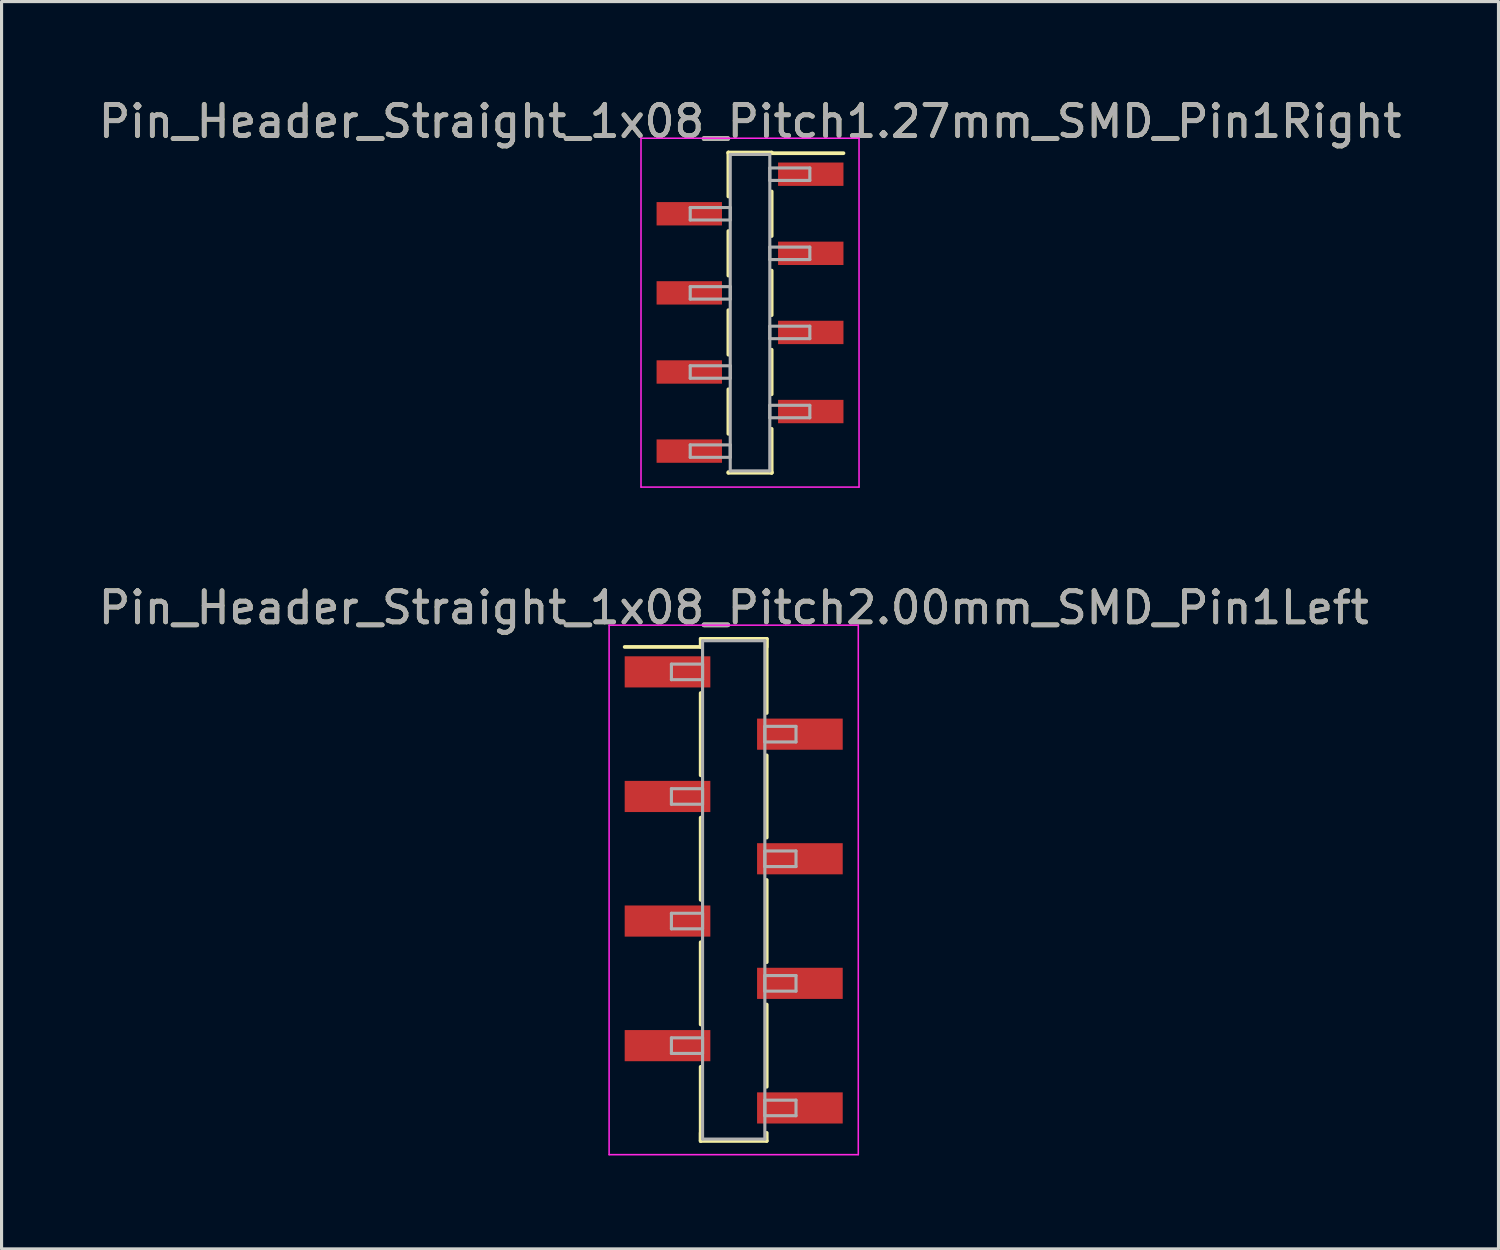
<source format=kicad_pcb>
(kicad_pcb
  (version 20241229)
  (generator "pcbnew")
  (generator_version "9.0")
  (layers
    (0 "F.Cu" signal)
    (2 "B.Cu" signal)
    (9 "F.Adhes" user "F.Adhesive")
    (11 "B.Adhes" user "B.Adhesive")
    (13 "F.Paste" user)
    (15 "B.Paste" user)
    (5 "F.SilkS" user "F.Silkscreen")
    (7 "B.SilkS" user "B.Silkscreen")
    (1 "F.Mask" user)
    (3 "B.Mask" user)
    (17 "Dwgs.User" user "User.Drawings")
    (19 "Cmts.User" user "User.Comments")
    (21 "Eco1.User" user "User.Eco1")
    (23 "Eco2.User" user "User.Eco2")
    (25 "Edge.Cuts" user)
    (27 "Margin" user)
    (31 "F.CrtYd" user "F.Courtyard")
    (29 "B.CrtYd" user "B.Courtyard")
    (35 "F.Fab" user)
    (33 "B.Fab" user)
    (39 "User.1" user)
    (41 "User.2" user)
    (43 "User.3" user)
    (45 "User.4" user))
  (footprint "Pin_Header_Straight_1x08_Pitch1.27mm_SMD_Pin1Right"
    (layer "F.Cu")
    (at 21.03 6.988)
    (property "Reference" "Pin_Header_Straight_1x08_Pitch1.27mm_SMD_Pin1Right" (at 0 -6.14 0) (layer "F.SilkS") (effects (font (size 1 1) (thickness 0.15))))
    (attr smd)
    (fp_line (start -0.695 -5.14) (end -0.695 -3.73) (stroke (width 0.12) (type solid)) (layer "F.SilkS"))
    (fp_line (start -0.695 -5.14) (end 0.695 -5.14) (stroke (width 0.12) (type solid)) (layer "F.SilkS"))
    (fp_line (start -0.695 -5.12) (end -0.695 -5.14) (stroke (width 0.12) (type solid)) (layer "F.SilkS"))
    (fp_line (start -0.695 -2.62) (end -0.695 -1.19) (stroke (width 0.12) (type solid)) (layer "F.SilkS"))
    (fp_line (start -0.695 -0.08) (end -0.695 1.35) (stroke (width 0.12) (type solid)) (layer "F.SilkS"))
    (fp_line (start -0.695 2.46) (end -0.695 3.89) (stroke (width 0.12) (type solid)) (layer "F.SilkS"))
    (fp_line (start -0.695 5.12) (end -0.695 5.14) (stroke (width 0.12) (type solid)) (layer "F.SilkS"))
    (fp_line (start -0.695 5.14) (end 0.695 5.14) (stroke (width 0.12) (type solid)) (layer "F.SilkS"))
    (fp_line (start 0.695 -5.14) (end 0.695 -5.12) (stroke (width 0.12) (type solid)) (layer "F.SilkS"))
    (fp_line (start 0.695 -5.12) (end 3 -5.12) (stroke (width 0.12) (type solid)) (layer "F.SilkS"))
    (fp_line (start 0.695 -3.89) (end 0.695 -2.46) (stroke (width 0.12) (type solid)) (layer "F.SilkS"))
    (fp_line (start 0.695 -1.35) (end 0.695 0.08) (stroke (width 0.12) (type solid)) (layer "F.SilkS"))
    (fp_line (start 0.695 1.19) (end 0.695 2.62) (stroke (width 0.12) (type solid)) (layer "F.SilkS"))
    (fp_line (start 0.695 3.73) (end 0.695 5.14) (stroke (width 0.12) (type solid)) (layer "F.SilkS"))
    (fp_line (start 0.695 5.14) (end 0.695 5.12) (stroke (width 0.12) (type solid)) (layer "F.SilkS"))
    (fp_line (start -3.5 -5.6) (end -3.5 5.6) (stroke (width 0.05) (type solid)) (layer "F.CrtYd"))
    (fp_line (start -3.5 5.6) (end 3.5 5.6) (stroke (width 0.05) (type solid)) (layer "F.CrtYd"))
    (fp_line (start 3.5 -5.6) (end -3.5 -5.6) (stroke (width 0.05) (type solid)) (layer "F.CrtYd"))
    (fp_line (start 3.5 5.6) (end 3.5 -5.6) (stroke (width 0.05) (type solid)) (layer "F.CrtYd"))
    (fp_line (start -1.92 -3.375) (end -0.635 -3.375) (stroke (width 0.1) (type solid)) (layer "F.Fab"))
    (fp_line (start -1.92 -2.975) (end -1.92 -3.375) (stroke (width 0.1) (type solid)) (layer "F.Fab"))
    (fp_line (start -1.92 -0.835) (end -0.635 -0.835) (stroke (width 0.1) (type solid)) (layer "F.Fab"))
    (fp_line (start -1.92 -0.435) (end -1.92 -0.835) (stroke (width 0.1) (type solid)) (layer "F.Fab"))
    (fp_line (start -1.92 1.705) (end -0.635 1.705) (stroke (width 0.1) (type solid)) (layer "F.Fab"))
    (fp_line (start -1.92 2.105) (end -1.92 1.705) (stroke (width 0.1) (type solid)) (layer "F.Fab"))
    (fp_line (start -1.92 4.245) (end -0.635 4.245) (stroke (width 0.1) (type solid)) (layer "F.Fab"))
    (fp_line (start -1.92 4.645) (end -1.92 4.245) (stroke (width 0.1) (type solid)) (layer "F.Fab"))
    (fp_line (start -0.635 -5.08) (end -0.635 5.08) (stroke (width 0.1) (type solid)) (layer "F.Fab"))
    (fp_line (start -0.635 -3.375) (end -0.635 -2.975) (stroke (width 0.1) (type solid)) (layer "F.Fab"))
    (fp_line (start -0.635 -2.975) (end -1.92 -2.975) (stroke (width 0.1) (type solid)) (layer "F.Fab"))
    (fp_line (start -0.635 -0.835) (end -0.635 -0.435) (stroke (width 0.1) (type solid)) (layer "F.Fab"))
    (fp_line (start -0.635 -0.435) (end -1.92 -0.435) (stroke (width 0.1) (type solid)) (layer "F.Fab"))
    (fp_line (start -0.635 1.705) (end -0.635 2.105) (stroke (width 0.1) (type solid)) (layer "F.Fab"))
    (fp_line (start -0.635 2.105) (end -1.92 2.105) (stroke (width 0.1) (type solid)) (layer "F.Fab"))
    (fp_line (start -0.635 4.245) (end -0.635 4.645) (stroke (width 0.1) (type solid)) (layer "F.Fab"))
    (fp_line (start -0.635 4.645) (end -1.92 4.645) (stroke (width 0.1) (type solid)) (layer "F.Fab"))
    (fp_line (start -0.635 5.08) (end 0.635 5.08) (stroke (width 0.1) (type solid)) (layer "F.Fab"))
    (fp_line (start 0.635 -5.08) (end -0.635 -5.08) (stroke (width 0.1) (type solid)) (layer "F.Fab"))
    (fp_line (start 0.635 -4.645) (end 0.635 -4.245) (stroke (width 0.1) (type solid)) (layer "F.Fab"))
    (fp_line (start 0.635 -4.245) (end 1.92 -4.245) (stroke (width 0.1) (type solid)) (layer "F.Fab"))
    (fp_line (start 0.635 -2.105) (end 0.635 -1.705) (stroke (width 0.1) (type solid)) (layer "F.Fab"))
    (fp_line (start 0.635 -1.705) (end 1.92 -1.705) (stroke (width 0.1) (type solid)) (layer "F.Fab"))
    (fp_line (start 0.635 0.435) (end 0.635 0.835) (stroke (width 0.1) (type solid)) (layer "F.Fab"))
    (fp_line (start 0.635 0.835) (end 1.92 0.835) (stroke (width 0.1) (type solid)) (layer "F.Fab"))
    (fp_line (start 0.635 2.975) (end 0.635 3.375) (stroke (width 0.1) (type solid)) (layer "F.Fab"))
    (fp_line (start 0.635 3.375) (end 1.92 3.375) (stroke (width 0.1) (type solid)) (layer "F.Fab"))
    (fp_line (start 0.635 5.08) (end 0.635 -5.08) (stroke (width 0.1) (type solid)) (layer "F.Fab"))
    (fp_line (start 1.92 -4.645) (end 0.635 -4.645) (stroke (width 0.1) (type solid)) (layer "F.Fab"))
    (fp_line (start 1.92 -4.245) (end 1.92 -4.645) (stroke (width 0.1) (type solid)) (layer "F.Fab"))
    (fp_line (start 1.92 -2.105) (end 0.635 -2.105) (stroke (width 0.1) (type solid)) (layer "F.Fab"))
    (fp_line (start 1.92 -1.705) (end 1.92 -2.105) (stroke (width 0.1) (type solid)) (layer "F.Fab"))
    (fp_line (start 1.92 0.435) (end 0.635 0.435) (stroke (width 0.1) (type solid)) (layer "F.Fab"))
    (fp_line (start 1.92 0.835) (end 1.92 0.435) (stroke (width 0.1) (type solid)) (layer "F.Fab"))
    (fp_line (start 1.92 2.975) (end 0.635 2.975) (stroke (width 0.1) (type solid)) (layer "F.Fab"))
    (fp_line (start 1.92 3.375) (end 1.92 2.975) (stroke (width 0.1) (type solid)) (layer "F.Fab"))
    (fp_text user "${REFERENCE}" (at 0 -6.14 0) (layer "F.Fab") (effects (font (size 1 1) (thickness 0.15))))
    (pad "1" smd rect (at 1.95 -4.445) (size 2.1 0.75) (layers "F.Cu" "F.Mask" "F.Paste"))
    (pad "2" smd rect (at -1.95 -3.175) (size 2.1 0.75) (layers "F.Cu" "F.Mask" "F.Paste"))
    (pad "3" smd rect (at 1.95 -1.905) (size 2.1 0.75) (layers "F.Cu" "F.Mask" "F.Paste"))
    (pad "4" smd rect (at -1.95 -0.635) (size 2.1 0.75) (layers "F.Cu" "F.Mask" "F.Paste"))
    (pad "5" smd rect (at 1.95 0.635) (size 2.1 0.75) (layers "F.Cu" "F.Mask" "F.Paste"))
    (pad "6" smd rect (at -1.95 1.905) (size 2.1 0.75) (layers "F.Cu" "F.Mask" "F.Paste"))
    (pad "7" smd rect (at 1.95 3.175) (size 2.1 0.75) (layers "F.Cu" "F.Mask" "F.Paste"))
    (pad "8" smd rect (at -1.95 4.445) (size 2.1 0.75) (layers "F.Cu" "F.Mask" "F.Paste")))
  (footprint "Pin_Header_Straight_1x08_Pitch2.00mm_SMD_Pin1Left"
    (layer "F.Cu")
    (at 20.506 25.521)
    (property "Reference" "Pin_Header_Straight_1x08_Pitch2.00mm_SMD_Pin1Left" (at 0 -9.06 0) (layer "F.SilkS") (effects (font (size 1 1) (thickness 0.15))))
    (attr smd)
    (fp_line (start -1.06 -8.06) (end 1.06 -8.06) (stroke (width 0.12) (type solid)) (layer "F.SilkS"))
    (fp_line (start -1.06 -7.8) (end -3.5 -7.8) (stroke (width 0.12) (type solid)) (layer "F.SilkS"))
    (fp_line (start -1.06 -7.8) (end -1.06 -8.06) (stroke (width 0.12) (type solid)) (layer "F.SilkS"))
    (fp_line (start -1.06 -6.32) (end -1.06 -3.68) (stroke (width 0.12) (type solid)) (layer "F.SilkS"))
    (fp_line (start -1.06 -2.32) (end -1.06 0.32) (stroke (width 0.12) (type solid)) (layer "F.SilkS"))
    (fp_line (start -1.06 1.68) (end -1.06 4.32) (stroke (width 0.12) (type solid)) (layer "F.SilkS"))
    (fp_line (start -1.06 5.68) (end -1.06 8.06) (stroke (width 0.12) (type solid)) (layer "F.SilkS"))
    (fp_line (start -1.06 7.8) (end -1.06 8.06) (stroke (width 0.12) (type solid)) (layer "F.SilkS"))
    (fp_line (start -1.06 8.06) (end 1.06 8.06) (stroke (width 0.12) (type solid)) (layer "F.SilkS"))
    (fp_line (start 1.06 -8.06) (end 1.06 -7.8) (stroke (width 0.12) (type solid)) (layer "F.SilkS"))
    (fp_line (start 1.06 -8.06) (end 1.06 -5.68) (stroke (width 0.12) (type solid)) (layer "F.SilkS"))
    (fp_line (start 1.06 -4.32) (end 1.06 -1.68) (stroke (width 0.12) (type solid)) (layer "F.SilkS"))
    (fp_line (start 1.06 -0.32) (end 1.06 2.32) (stroke (width 0.12) (type solid)) (layer "F.SilkS"))
    (fp_line (start 1.06 3.68) (end 1.06 6.32) (stroke (width 0.12) (type solid)) (layer "F.SilkS"))
    (fp_line (start 1.06 8.06) (end 1.06 7.8) (stroke (width 0.12) (type solid)) (layer "F.SilkS"))
    (fp_line (start -4 -8.5) (end -4 8.5) (stroke (width 0.05) (type solid)) (layer "F.CrtYd"))
    (fp_line (start -4 8.5) (end 4 8.5) (stroke (width 0.05) (type solid)) (layer "F.CrtYd"))
    (fp_line (start 4 -8.5) (end -4 -8.5) (stroke (width 0.05) (type solid)) (layer "F.CrtYd"))
    (fp_line (start 4 8.5) (end 4 -8.5) (stroke (width 0.05) (type solid)) (layer "F.CrtYd"))
    (fp_line (start -2 -7.25) (end -1 -7.25) (stroke (width 0.1) (type solid)) (layer "F.Fab"))
    (fp_line (start -2 -6.75) (end -2 -7.25) (stroke (width 0.1) (type solid)) (layer "F.Fab"))
    (fp_line (start -2 -3.25) (end -1 -3.25) (stroke (width 0.1) (type solid)) (layer "F.Fab"))
    (fp_line (start -2 -2.75) (end -2 -3.25) (stroke (width 0.1) (type solid)) (layer "F.Fab"))
    (fp_line (start -2 0.75) (end -1 0.75) (stroke (width 0.1) (type solid)) (layer "F.Fab"))
    (fp_line (start -2 1.25) (end -2 0.75) (stroke (width 0.1) (type solid)) (layer "F.Fab"))
    (fp_line (start -2 4.75) (end -1 4.75) (stroke (width 0.1) (type solid)) (layer "F.Fab"))
    (fp_line (start -2 5.25) (end -2 4.75) (stroke (width 0.1) (type solid)) (layer "F.Fab"))
    (fp_line (start -1 -8) (end -1 8) (stroke (width 0.1) (type solid)) (layer "F.Fab"))
    (fp_line (start -1 -7.25) (end -1 -6.75) (stroke (width 0.1) (type solid)) (layer "F.Fab"))
    (fp_line (start -1 -6.75) (end -2 -6.75) (stroke (width 0.1) (type solid)) (layer "F.Fab"))
    (fp_line (start -1 -3.25) (end -1 -2.75) (stroke (width 0.1) (type solid)) (layer "F.Fab"))
    (fp_line (start -1 -2.75) (end -2 -2.75) (stroke (width 0.1) (type solid)) (layer "F.Fab"))
    (fp_line (start -1 0.75) (end -1 1.25) (stroke (width 0.1) (type solid)) (layer "F.Fab"))
    (fp_line (start -1 1.25) (end -2 1.25) (stroke (width 0.1) (type solid)) (layer "F.Fab"))
    (fp_line (start -1 4.75) (end -1 5.25) (stroke (width 0.1) (type solid)) (layer "F.Fab"))
    (fp_line (start -1 5.25) (end -2 5.25) (stroke (width 0.1) (type solid)) (layer "F.Fab"))
    (fp_line (start -1 8) (end 1 8) (stroke (width 0.1) (type solid)) (layer "F.Fab"))
    (fp_line (start 1 -8) (end -1 -8) (stroke (width 0.1) (type solid)) (layer "F.Fab"))
    (fp_line (start 1 -5.25) (end 1 -4.75) (stroke (width 0.1) (type solid)) (layer "F.Fab"))
    (fp_line (start 1 -4.75) (end 2 -4.75) (stroke (width 0.1) (type solid)) (layer "F.Fab"))
    (fp_line (start 1 -1.25) (end 1 -0.75) (stroke (width 0.1) (type solid)) (layer "F.Fab"))
    (fp_line (start 1 -0.75) (end 2 -0.75) (stroke (width 0.1) (type solid)) (layer "F.Fab"))
    (fp_line (start 1 2.75) (end 1 3.25) (stroke (width 0.1) (type solid)) (layer "F.Fab"))
    (fp_line (start 1 3.25) (end 2 3.25) (stroke (width 0.1) (type solid)) (layer "F.Fab"))
    (fp_line (start 1 6.75) (end 1 7.25) (stroke (width 0.1) (type solid)) (layer "F.Fab"))
    (fp_line (start 1 7.25) (end 2 7.25) (stroke (width 0.1) (type solid)) (layer "F.Fab"))
    (fp_line (start 1 8) (end 1 -8) (stroke (width 0.1) (type solid)) (layer "F.Fab"))
    (fp_line (start 2 -5.25) (end 1 -5.25) (stroke (width 0.1) (type solid)) (layer "F.Fab"))
    (fp_line (start 2 -4.75) (end 2 -5.25) (stroke (width 0.1) (type solid)) (layer "F.Fab"))
    (fp_line (start 2 -1.25) (end 1 -1.25) (stroke (width 0.1) (type solid)) (layer "F.Fab"))
    (fp_line (start 2 -0.75) (end 2 -1.25) (stroke (width 0.1) (type solid)) (layer "F.Fab"))
    (fp_line (start 2 2.75) (end 1 2.75) (stroke (width 0.1) (type solid)) (layer "F.Fab"))
    (fp_line (start 2 3.25) (end 2 2.75) (stroke (width 0.1) (type solid)) (layer "F.Fab"))
    (fp_line (start 2 6.75) (end 1 6.75) (stroke (width 0.1) (type solid)) (layer "F.Fab"))
    (fp_line (start 2 7.25) (end 2 6.75) (stroke (width 0.1) (type solid)) (layer "F.Fab"))
    (fp_text user "${REFERENCE}" (at 0 -9.06 0) (layer "F.Fab") (effects (font (size 1 1) (thickness 0.15))))
    (pad "1" smd rect (at -2.125 -7) (size 2.75 1) (layers "F.Cu" "F.Mask" "F.Paste"))
    (pad "2" smd rect (at 2.125 -5) (size 2.75 1) (layers "F.Cu" "F.Mask" "F.Paste"))
    (pad "3" smd rect (at -2.125 -3) (size 2.75 1) (layers "F.Cu" "F.Mask" "F.Paste"))
    (pad "4" smd rect (at 2.125 -1) (size 2.75 1) (layers "F.Cu" "F.Mask" "F.Paste"))
    (pad "5" smd rect (at -2.125 1) (size 2.75 1) (layers "F.Cu" "F.Mask" "F.Paste"))
    (pad "6" smd rect (at 2.125 3) (size 2.75 1) (layers "F.Cu" "F.Mask" "F.Paste"))
    (pad "7" smd rect (at -2.125 5) (size 2.75 1) (layers "F.Cu" "F.Mask" "F.Paste"))
    (pad "8" smd rect (at 2.125 7) (size 2.75 1) (layers "F.Cu" "F.Mask" "F.Paste")))
  (gr_rect
    (start -3 -3)
    (end 45.06 37.047)
    (stroke (width 0.1) (type default))
    (fill no)
    (layer "Edge.Cuts")))
</source>
